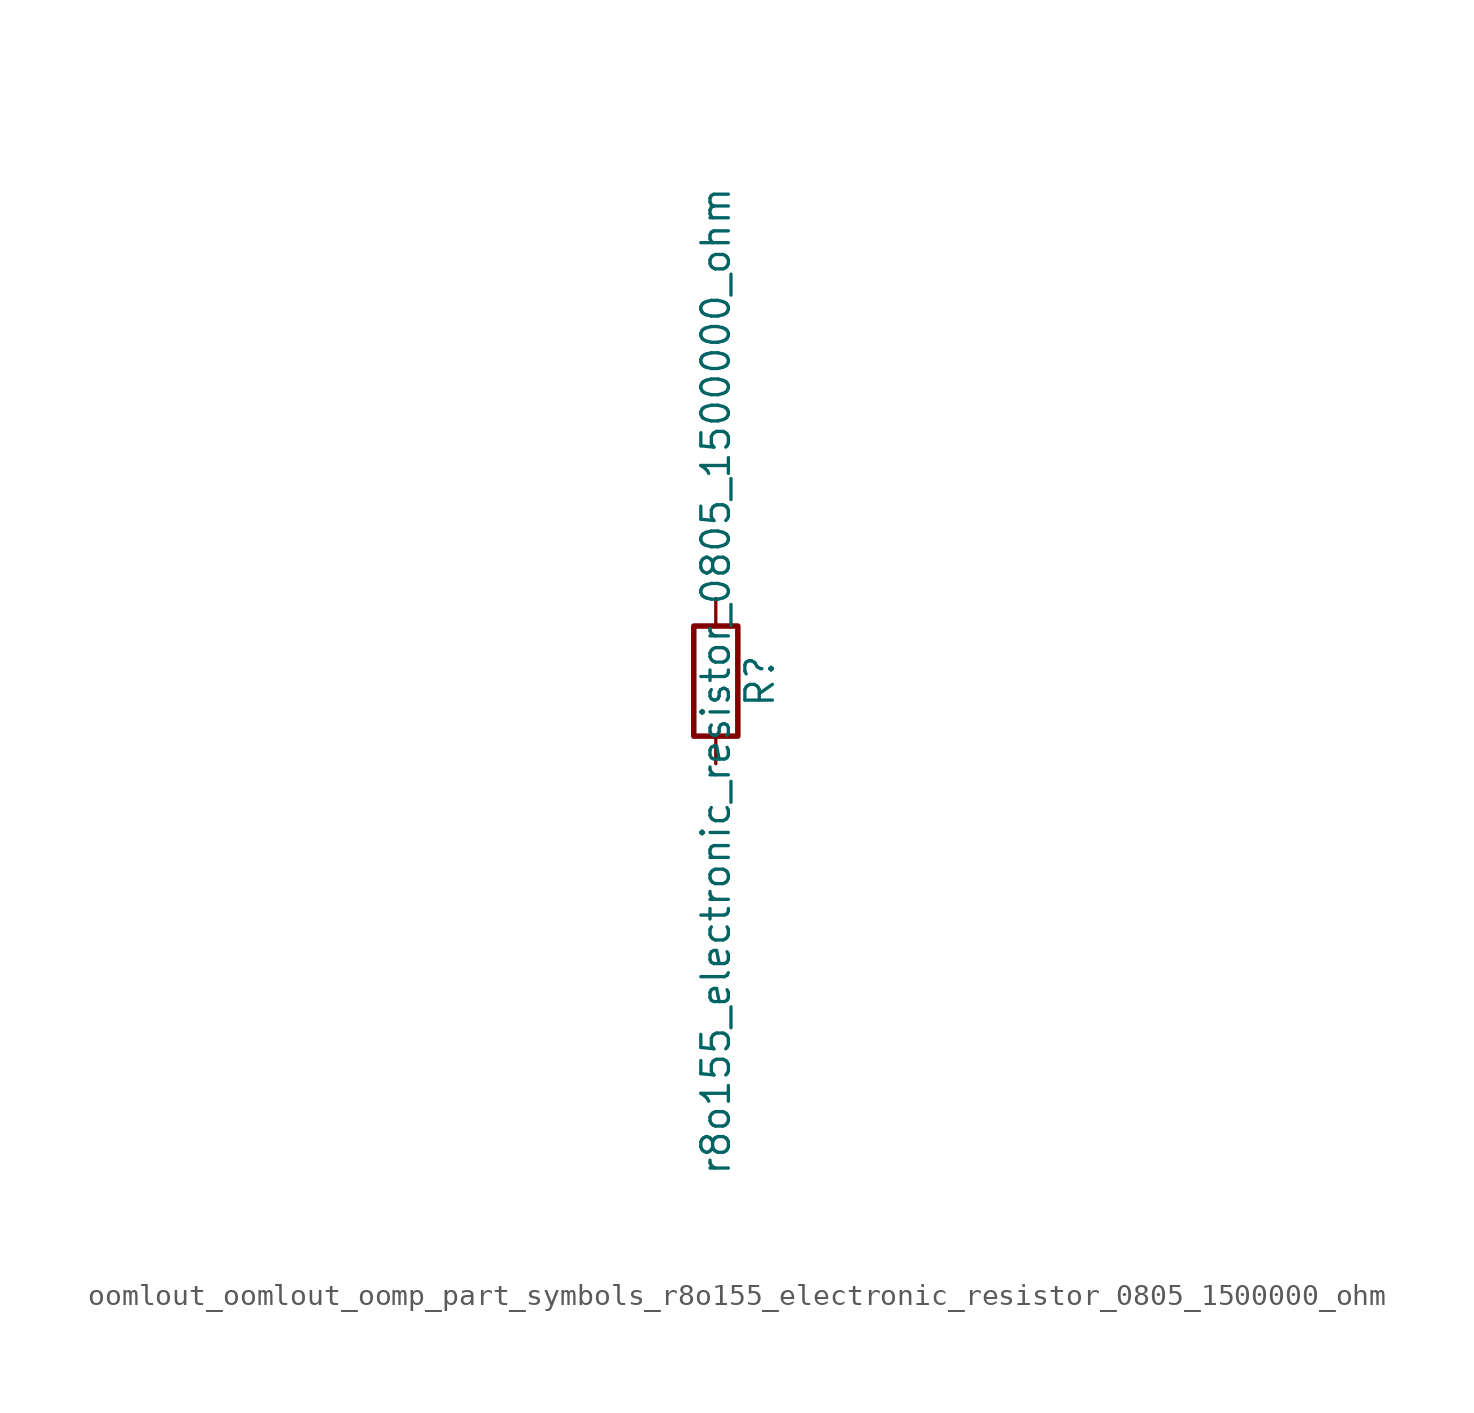
<source format=kicad_sym>
(kicad_symbol_lib
  (version 20220914)
  (generator kicad_symbol_editor)
  (symbol "oomlout_oomlout_oomp_part_symbols_r8o155_electronic_resistor_0805_1500000_ohm"
    (pin_numbers hide)
    (pin_names
      (offset 0))
    (property "Reference" "R"
      (at 2.032 0 90)
      (effects (font (size 1.27 1.27))))
    (property "Value" "r8o155_electronic_resistor_0805_1500000_ohm"
      (at 0 0 90)
      (effects (font (size 1.27 1.27))))
    (symbol "oomlout_oomlout_oomp_part_symbols_r8o155_electronic_resistor_0805_1500000_ohm_0_1"
      (rectangle (start -1.016 -2.54) (end 1.016 2.54) (stroke (width 0.254) (type default)) (fill (type none))))
    (symbol "oomlout_oomlout_oomp_part_symbols_r8o155_electronic_resistor_0805_1500000_ohm_1_1"
      (pin passive line (at 0 3.81 270) (length 1.27) (name "~" (effects (font (size 1.27 1.27)))) (number "1" (effects (font (size 1.27 1.27)))))
      (pin passive line (at 0 -3.81 90) (length 1.27) (name "~" (effects (font (size 1.27 1.27)))) (number "2" (effects (font (size 1.27 1.27))))))))
</source>
